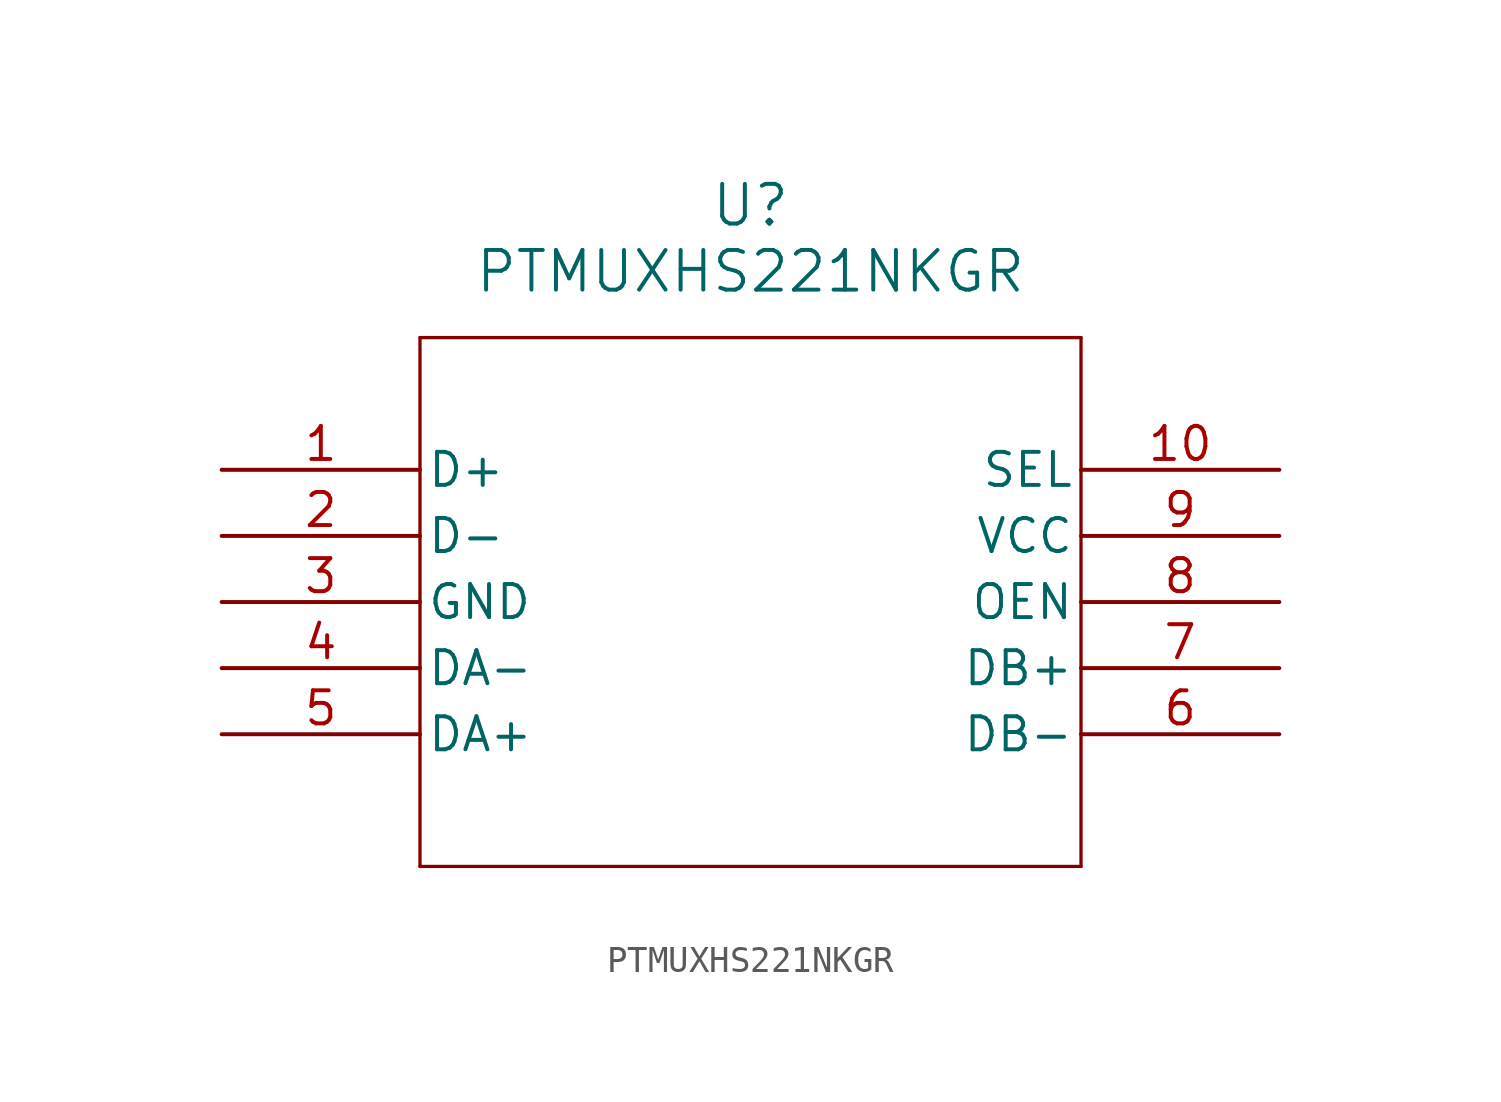
<source format=kicad_sym>
(kicad_symbol_lib
  (version 20211014)
  (generator kicad_symbol_editor)
  (symbol "PTMUXHS221NKGR"
    (pin_names
      (offset 0.254))
    (property "Reference" "U"
      (at 20.32 10.16 0)
      (effects (font (size 1.524 1.524))))
    (property "Value" "PTMUXHS221NKGR"
      (at 20.32 7.62 0)
      (effects (font (size 1.524 1.524))))
    (symbol "PTMUXHS221NKGR_0_1"
      (polyline (pts (xy 7.62 5.08) (xy 7.62 -15.24)) (stroke (width 0.127) (type default) (color 0 0 0 0)) (fill (type none)))
      (polyline (pts (xy 7.62 -15.24) (xy 33.02 -15.24)) (stroke (width 0.127) (type default) (color 0 0 0 0)) (fill (type none)))
      (polyline (pts (xy 33.02 -15.24) (xy 33.02 5.08)) (stroke (width 0.127) (type default) (color 0 0 0 0)) (fill (type none)))
      (polyline (pts (xy 33.02 5.08) (xy 7.62 5.08)) (stroke (width 0.127) (type default) (color 0 0 0 0)) (fill (type none)))
      (pin unspecified line (at 0 0 0) (length 7.62) (name "D+" (effects (font (size 1.27 1.27)))) (number "1" (effects (font (size 1.27 1.27)))))
      (pin unspecified line (at 0 -2.54 0) (length 7.62) (name "D-" (effects (font (size 1.27 1.27)))) (number "2" (effects (font (size 1.27 1.27)))))
      (pin power_out line (at 0 -5.08 0) (length 7.62) (name "GND" (effects (font (size 1.27 1.27)))) (number "3" (effects (font (size 1.27 1.27)))))
      (pin unspecified line (at 0 -7.62 0) (length 7.62) (name "DA-" (effects (font (size 1.27 1.27)))) (number "4" (effects (font (size 1.27 1.27)))))
      (pin unspecified line (at 0 -10.16 0) (length 7.62) (name "DA+" (effects (font (size 1.27 1.27)))) (number "5" (effects (font (size 1.27 1.27)))))
      (pin unspecified line (at 40.64 -10.16 180) (length 7.62) (name "DB-" (effects (font (size 1.27 1.27)))) (number "6" (effects (font (size 1.27 1.27)))))
      (pin unspecified line (at 40.64 -7.62 180) (length 7.62) (name "DB+" (effects (font (size 1.27 1.27)))) (number "7" (effects (font (size 1.27 1.27)))))
      (pin unspecified line (at 40.64 -5.08 180) (length 7.62) (name "OEN" (effects (font (size 1.27 1.27)))) (number "8" (effects (font (size 1.27 1.27)))))
      (pin power_in line (at 40.64 -2.54 180) (length 7.62) (name "VCC" (effects (font (size 1.27 1.27)))) (number "9" (effects (font (size 1.27 1.27)))))
      (pin unspecified line (at 40.64 0 180) (length 7.62) (name "SEL" (effects (font (size 1.27 1.27)))) (number "10" (effects (font (size 1.27 1.27))))))))
</source>
